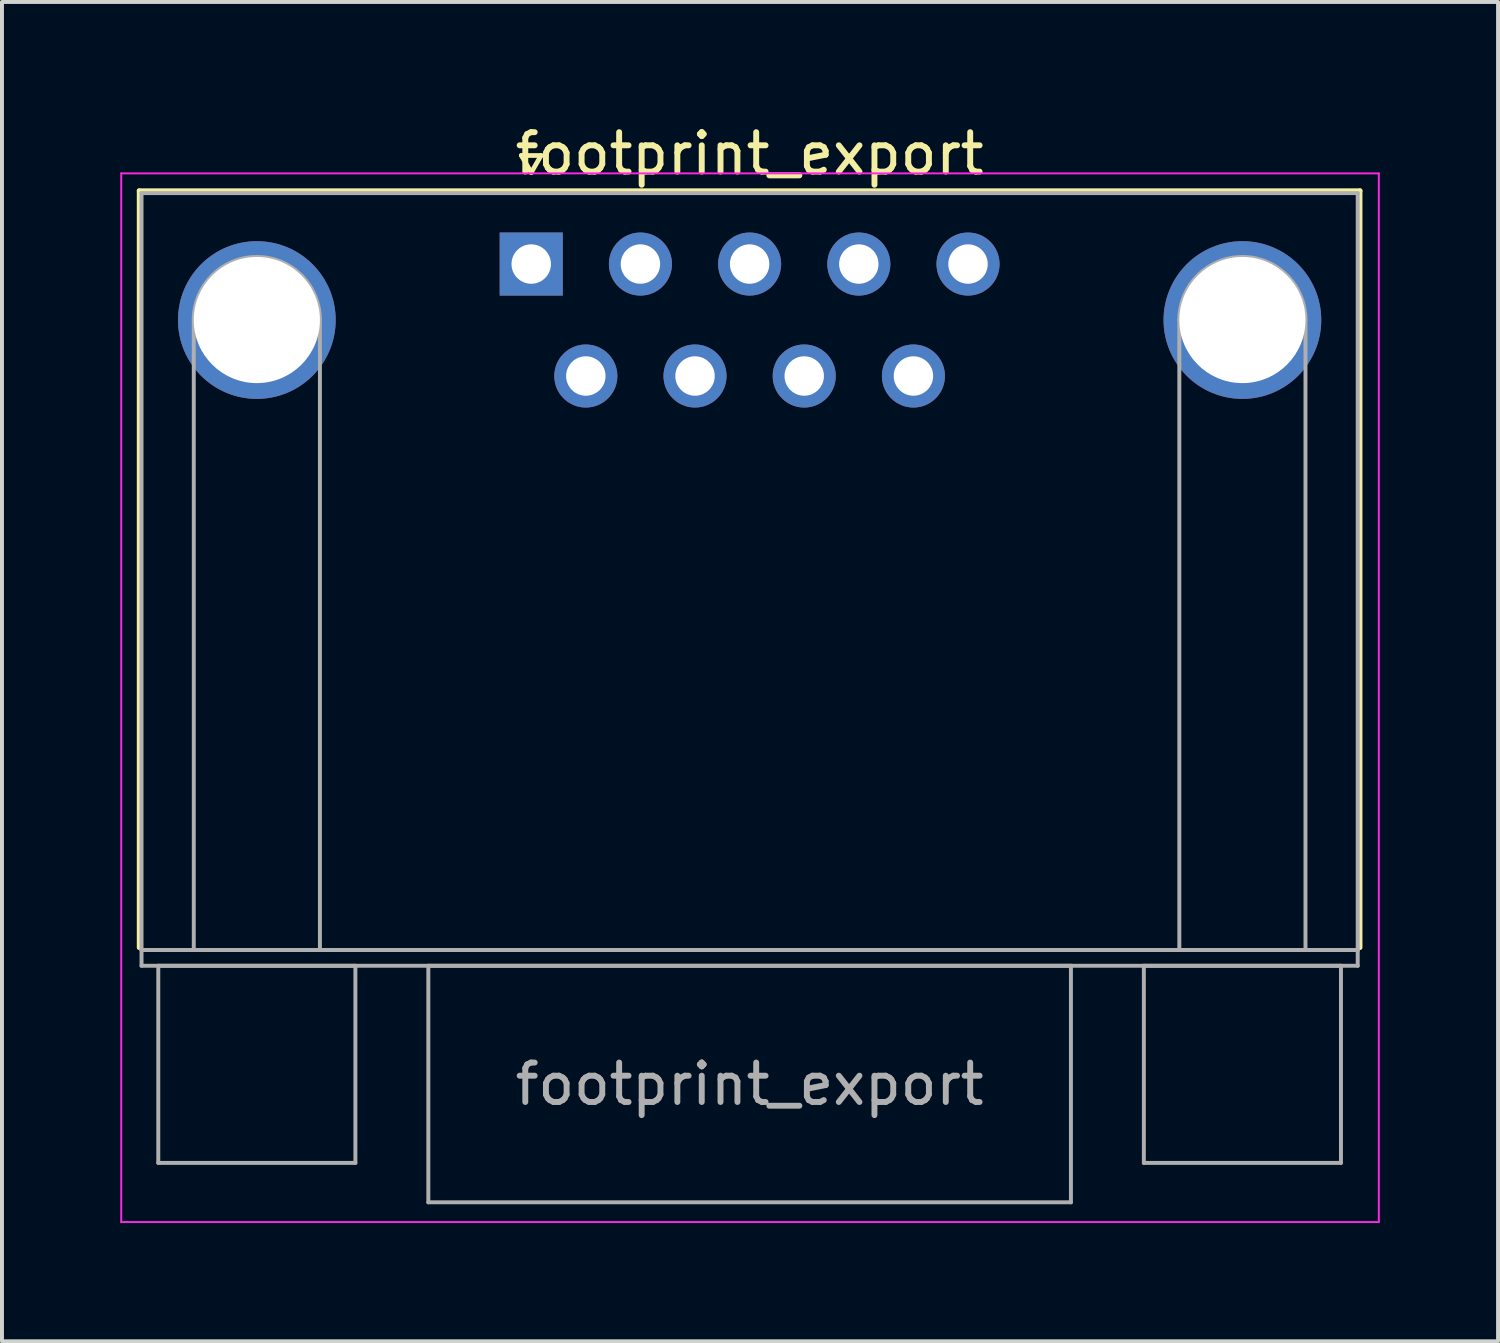
<source format=kicad_pcb>
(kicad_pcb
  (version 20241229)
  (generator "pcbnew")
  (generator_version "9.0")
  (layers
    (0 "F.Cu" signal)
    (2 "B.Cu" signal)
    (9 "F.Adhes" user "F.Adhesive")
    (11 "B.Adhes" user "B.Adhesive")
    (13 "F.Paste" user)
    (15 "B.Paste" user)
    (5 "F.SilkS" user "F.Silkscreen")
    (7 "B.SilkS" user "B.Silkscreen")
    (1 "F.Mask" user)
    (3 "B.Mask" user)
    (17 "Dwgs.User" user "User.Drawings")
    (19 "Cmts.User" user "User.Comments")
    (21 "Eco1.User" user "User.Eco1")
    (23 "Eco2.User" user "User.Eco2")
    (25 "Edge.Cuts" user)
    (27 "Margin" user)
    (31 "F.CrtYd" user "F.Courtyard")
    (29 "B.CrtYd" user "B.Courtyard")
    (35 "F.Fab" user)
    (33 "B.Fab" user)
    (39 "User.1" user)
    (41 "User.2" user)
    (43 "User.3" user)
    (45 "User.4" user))
  (footprint "footprint_export"
    (layer "F.Cu")
    (at 10.425 3.648)
    (property "Reference" "footprint_export" (at 5.54 -2.8 0) (layer "F.SilkS") (effects (font (size 1 1) (thickness 0.15))))
    (attr through_hole)
    (fp_line (start -9.945 -1.86) (end 21.025 -1.86) (stroke (width 0.12) (type solid)) (layer "F.SilkS"))
    (fp_line (start -9.945 17.34) (end -9.945 -1.86) (stroke (width 0.12) (type solid)) (layer "F.SilkS"))
    (fp_line (start -0.25 -2.754) (end 0.25 -2.754) (stroke (width 0.12) (type solid)) (layer "F.SilkS"))
    (fp_line (start 0 -2.321) (end -0.25 -2.754) (stroke (width 0.12) (type solid)) (layer "F.SilkS"))
    (fp_line (start 0.25 -2.754) (end 0 -2.321) (stroke (width 0.12) (type solid)) (layer "F.SilkS"))
    (fp_line (start 21.025 -1.86) (end 21.025 17.34) (stroke (width 0.12) (type solid)) (layer "F.SilkS"))
    (fp_line (start -10.4 -2.3) (end -10.4 24.3) (stroke (width 0.05) (type solid)) (layer "F.CrtYd"))
    (fp_line (start -10.4 24.3) (end 21.5 24.3) (stroke (width 0.05) (type solid)) (layer "F.CrtYd"))
    (fp_line (start 21.5 -2.3) (end -10.4 -2.3) (stroke (width 0.05) (type solid)) (layer "F.CrtYd"))
    (fp_line (start 21.5 24.3) (end 21.5 -2.3) (stroke (width 0.05) (type solid)) (layer "F.CrtYd"))
    (fp_line (start -9.885 -1.8) (end -9.885 17.4) (stroke (width 0.1) (type solid)) (layer "F.Fab"))
    (fp_line (start -9.885 17.4) (end -9.885 17.8) (stroke (width 0.1) (type solid)) (layer "F.Fab"))
    (fp_line (start -9.885 17.4) (end 20.965 17.4) (stroke (width 0.1) (type solid)) (layer "F.Fab"))
    (fp_line (start -9.885 17.8) (end 20.965 17.8) (stroke (width 0.1) (type solid)) (layer "F.Fab"))
    (fp_line (start -9.46 17.8) (end -9.46 22.8) (stroke (width 0.1) (type solid)) (layer "F.Fab"))
    (fp_line (start -9.46 22.8) (end -4.46 22.8) (stroke (width 0.1) (type solid)) (layer "F.Fab"))
    (fp_line (start -8.56 17.4) (end -8.56 1.42) (stroke (width 0.1) (type solid)) (layer "F.Fab"))
    (fp_line (start -5.36 17.4) (end -5.36 1.42) (stroke (width 0.1) (type solid)) (layer "F.Fab"))
    (fp_line (start -4.46 17.8) (end -9.46 17.8) (stroke (width 0.1) (type solid)) (layer "F.Fab"))
    (fp_line (start -4.46 22.8) (end -4.46 17.8) (stroke (width 0.1) (type solid)) (layer "F.Fab"))
    (fp_line (start -2.61 17.8) (end -2.61 23.8) (stroke (width 0.1) (type solid)) (layer "F.Fab"))
    (fp_line (start -2.61 23.8) (end 13.69 23.8) (stroke (width 0.1) (type solid)) (layer "F.Fab"))
    (fp_line (start 13.69 17.8) (end -2.61 17.8) (stroke (width 0.1) (type solid)) (layer "F.Fab"))
    (fp_line (start 13.69 23.8) (end 13.69 17.8) (stroke (width 0.1) (type solid)) (layer "F.Fab"))
    (fp_line (start 15.54 17.8) (end 15.54 22.8) (stroke (width 0.1) (type solid)) (layer "F.Fab"))
    (fp_line (start 15.54 22.8) (end 20.54 22.8) (stroke (width 0.1) (type solid)) (layer "F.Fab"))
    (fp_line (start 16.44 17.4) (end 16.44 1.42) (stroke (width 0.1) (type solid)) (layer "F.Fab"))
    (fp_line (start 19.64 17.4) (end 19.64 1.42) (stroke (width 0.1) (type solid)) (layer "F.Fab"))
    (fp_line (start 20.54 17.8) (end 15.54 17.8) (stroke (width 0.1) (type solid)) (layer "F.Fab"))
    (fp_line (start 20.54 22.8) (end 20.54 17.8) (stroke (width 0.1) (type solid)) (layer "F.Fab"))
    (fp_line (start 20.965 -1.8) (end -9.885 -1.8) (stroke (width 0.1) (type solid)) (layer "F.Fab"))
    (fp_line (start 20.965 17.4) (end -9.885 17.4) (stroke (width 0.1) (type solid)) (layer "F.Fab"))
    (fp_line (start 20.965 17.4) (end 20.965 -1.8) (stroke (width 0.1) (type solid)) (layer "F.Fab"))
    (fp_line (start 20.965 17.8) (end 20.965 17.4) (stroke (width 0.1) (type solid)) (layer "F.Fab"))
    (fp_arc (start -8.56 1.42) (mid -6.96 -0.18) (end -5.36 1.42) (stroke (width 0.1) (type solid)) (layer "F.Fab"))
    (fp_arc (start 16.44 1.42) (mid 18.04 -0.18) (end 19.64 1.42) (stroke (width 0.1) (type solid)) (layer "F.Fab"))
    (fp_text user "${REFERENCE}" (at 5.54 20.8 0) (layer "F.Fab") (effects (font (size 1 1) (thickness 0.15))))
    (pad "0" thru_hole circle (at -6.96 1.42) (size 4 4) (drill 3.2) (layers "*.Cu" "*.Mask"))
    (pad "0" thru_hole circle (at 18.04 1.42) (size 4 4) (drill 3.2) (layers "*.Cu" "*.Mask"))
    (pad "1" thru_hole rect (at 0 0) (size 1.6 1.6) (drill 1) (layers "*.Cu" "*.Mask"))
    (pad "2" thru_hole circle (at 2.77 0) (size 1.6 1.6) (drill 1) (layers "*.Cu" "*.Mask"))
    (pad "3" thru_hole circle (at 5.54 0) (size 1.6 1.6) (drill 1) (layers "*.Cu" "*.Mask"))
    (pad "4" thru_hole circle (at 8.31 0) (size 1.6 1.6) (drill 1) (layers "*.Cu" "*.Mask"))
    (pad "5" thru_hole circle (at 11.08 0) (size 1.6 1.6) (drill 1) (layers "*.Cu" "*.Mask"))
    (pad "6" thru_hole circle (at 1.385 2.84) (size 1.6 1.6) (drill 1) (layers "*.Cu" "*.Mask"))
    (pad "7" thru_hole circle (at 4.155 2.84) (size 1.6 1.6) (drill 1) (layers "*.Cu" "*.Mask"))
    (pad "8" thru_hole circle (at 6.925 2.84) (size 1.6 1.6) (drill 1) (layers "*.Cu" "*.Mask"))
    (pad "9" thru_hole circle (at 9.695 2.84) (size 1.6 1.6) (drill 1) (layers "*.Cu" "*.Mask")))
  (gr_rect
    (start -3 -3)
    (end 34.95 30.973)
    (stroke (width 0.1) (type default))
    (fill no)
    (layer "Edge.Cuts")))
</source>
